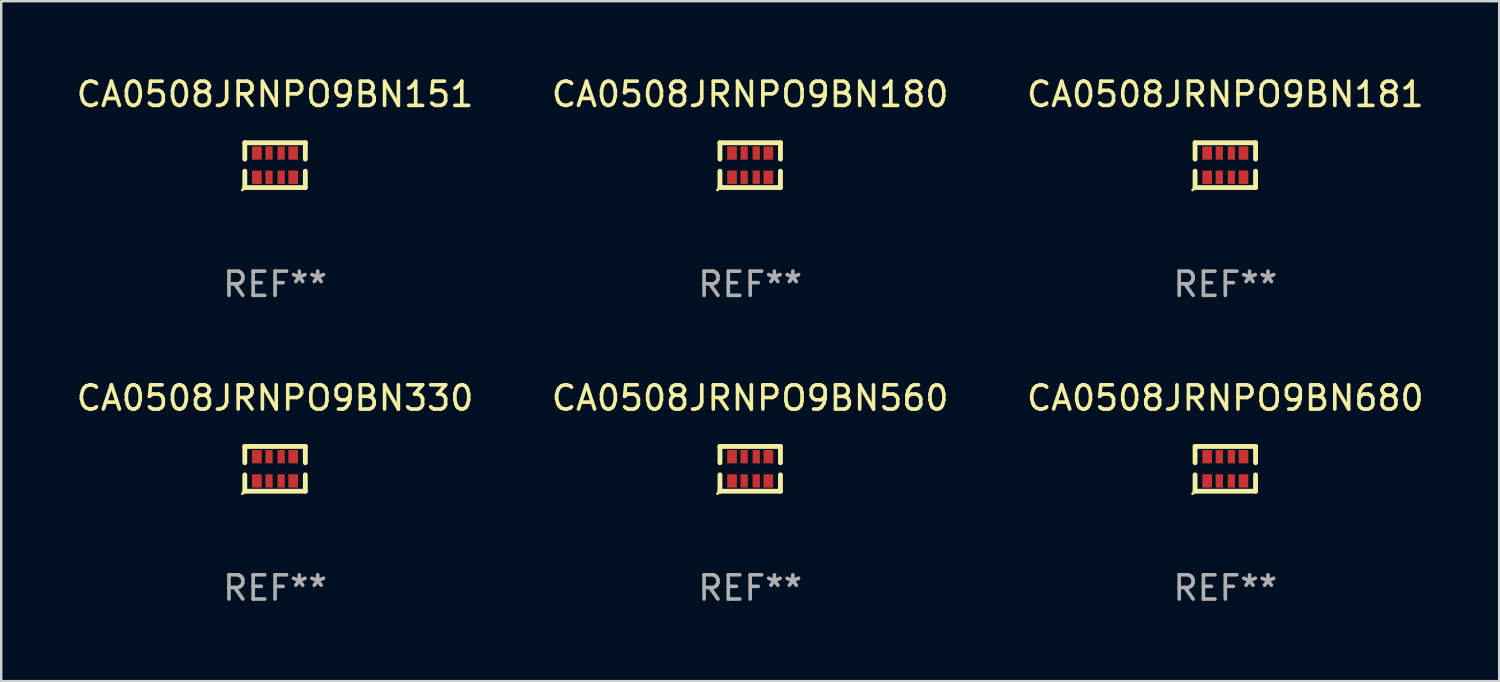
<source format=kicad_pcb>
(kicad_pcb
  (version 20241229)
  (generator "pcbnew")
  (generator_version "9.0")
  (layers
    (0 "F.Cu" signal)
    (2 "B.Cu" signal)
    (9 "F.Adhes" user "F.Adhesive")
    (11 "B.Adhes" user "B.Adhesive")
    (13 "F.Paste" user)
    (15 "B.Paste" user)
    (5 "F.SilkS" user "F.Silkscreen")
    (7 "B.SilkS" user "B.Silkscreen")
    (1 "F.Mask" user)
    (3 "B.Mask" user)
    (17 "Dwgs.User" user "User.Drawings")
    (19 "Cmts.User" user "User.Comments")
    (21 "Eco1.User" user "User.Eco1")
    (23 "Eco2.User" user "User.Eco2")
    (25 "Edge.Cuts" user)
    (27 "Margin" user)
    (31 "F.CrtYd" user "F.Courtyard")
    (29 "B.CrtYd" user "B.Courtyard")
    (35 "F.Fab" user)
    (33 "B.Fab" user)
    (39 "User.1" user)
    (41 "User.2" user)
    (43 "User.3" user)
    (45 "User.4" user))
  (footprint "CA0508JRNPO9BN330"
    (layer "F.Cu")
    (at 8.315 16.32)
    (property "Reference" "CA0508JRNPO9BN330" (at 0 -2.925 0) (layer "F.SilkS") (effects (font (size 1 1) (thickness 0.15))))
    (attr through_hole)
    (fp_line (start -1.25 -0.925) (end -1.25 -0.25) (stroke (width 0.2) (type solid)) (layer "F.SilkS"))
    (fp_line (start -1.25 0.925) (end -1.25 0.25) (stroke (width 0.2) (type solid)) (layer "F.SilkS"))
    (fp_line (start 1.25 -0.925) (end -1.25 -0.925) (stroke (width 0.2) (type solid)) (layer "F.SilkS"))
    (fp_line (start 1.25 -0.25) (end 1.25 -0.925) (stroke (width 0.2) (type solid)) (layer "F.SilkS"))
    (fp_line (start 1.25 0.25) (end 1.25 0.925) (stroke (width 0.2) (type solid)) (layer "F.SilkS"))
    (fp_line (start 1.25 0.925) (end -1.25 0.925) (stroke (width 0.2) (type solid)) (layer "F.SilkS"))
    (fp_circle (center -1.35 1.025) (end -1.32 1.025) (stroke (width 0.06) (type solid)) (fill no) (layer "F.SilkS"))
    (fp_text user "REF**" (at 0 4.925 0) (layer "F.Fab") (effects (font (size 1 1) (thickness 0.15))))
    (pad "1" smd rect (at -0.75 0.5 90) (size 0.55 0.4) (layers "F.Cu" "F.Mask" "F.Paste"))
    (pad "2" smd rect (at -0.25 0.5 90) (size 0.55 0.3) (layers "F.Cu" "F.Mask" "F.Paste"))
    (pad "3" smd rect (at 0.25 0.5 90) (size 0.55 0.3) (layers "F.Cu" "F.Mask" "F.Paste"))
    (pad "4" smd rect (at 0.75 0.5 90) (size 0.55 0.4) (layers "F.Cu" "F.Mask" "F.Paste"))
    (pad "5" smd rect (at 0.75 -0.5 90) (size 0.55 0.4) (layers "F.Cu" "F.Mask" "F.Paste"))
    (pad "6" smd rect (at 0.25 -0.5 90) (size 0.55 0.3) (layers "F.Cu" "F.Mask" "F.Paste"))
    (pad "7" smd rect (at -0.25 -0.5 90) (size 0.55 0.3) (layers "F.Cu" "F.Mask" "F.Paste"))
    (pad "8" smd rect (at -0.75 -0.5 90) (size 0.55 0.4) (layers "F.Cu" "F.Mask" "F.Paste")))
  (footprint "CA0508JRNPO9BN560"
    (layer "F.Cu")
    (at 27.946 16.32)
    (property "Reference" "CA0508JRNPO9BN560" (at 0 -2.925 0) (layer "F.SilkS") (effects (font (size 1 1) (thickness 0.15))))
    (attr through_hole)
    (fp_line (start -1.25 -0.925) (end -1.25 -0.25) (stroke (width 0.2) (type solid)) (layer "F.SilkS"))
    (fp_line (start -1.25 0.925) (end -1.25 0.25) (stroke (width 0.2) (type solid)) (layer "F.SilkS"))
    (fp_line (start 1.25 -0.925) (end -1.25 -0.925) (stroke (width 0.2) (type solid)) (layer "F.SilkS"))
    (fp_line (start 1.25 -0.25) (end 1.25 -0.925) (stroke (width 0.2) (type solid)) (layer "F.SilkS"))
    (fp_line (start 1.25 0.25) (end 1.25 0.925) (stroke (width 0.2) (type solid)) (layer "F.SilkS"))
    (fp_line (start 1.25 0.925) (end -1.25 0.925) (stroke (width 0.2) (type solid)) (layer "F.SilkS"))
    (fp_circle (center -1.35 1.025) (end -1.32 1.025) (stroke (width 0.06) (type solid)) (fill no) (layer "F.SilkS"))
    (fp_text user "REF**" (at 0 4.925 0) (layer "F.Fab") (effects (font (size 1 1) (thickness 0.15))))
    (pad "1" smd rect (at -0.75 0.5 90) (size 0.55 0.4) (layers "F.Cu" "F.Mask" "F.Paste"))
    (pad "2" smd rect (at -0.25 0.5 90) (size 0.55 0.3) (layers "F.Cu" "F.Mask" "F.Paste"))
    (pad "3" smd rect (at 0.25 0.5 90) (size 0.55 0.3) (layers "F.Cu" "F.Mask" "F.Paste"))
    (pad "4" smd rect (at 0.75 0.5 90) (size 0.55 0.4) (layers "F.Cu" "F.Mask" "F.Paste"))
    (pad "5" smd rect (at 0.75 -0.5 90) (size 0.55 0.4) (layers "F.Cu" "F.Mask" "F.Paste"))
    (pad "6" smd rect (at 0.25 -0.5 90) (size 0.55 0.3) (layers "F.Cu" "F.Mask" "F.Paste"))
    (pad "7" smd rect (at -0.25 -0.5 90) (size 0.55 0.3) (layers "F.Cu" "F.Mask" "F.Paste"))
    (pad "8" smd rect (at -0.75 -0.5 90) (size 0.55 0.4) (layers "F.Cu" "F.Mask" "F.Paste")))
  (footprint "CA0508JRNPO9BN680"
    (layer "F.Cu")
    (at 47.577 16.32)
    (property "Reference" "CA0508JRNPO9BN680" (at 0 -2.925 0) (layer "F.SilkS") (effects (font (size 1 1) (thickness 0.15))))
    (attr through_hole)
    (fp_line (start -1.25 -0.925) (end -1.25 -0.25) (stroke (width 0.2) (type solid)) (layer "F.SilkS"))
    (fp_line (start -1.25 0.925) (end -1.25 0.25) (stroke (width 0.2) (type solid)) (layer "F.SilkS"))
    (fp_line (start 1.25 -0.925) (end -1.25 -0.925) (stroke (width 0.2) (type solid)) (layer "F.SilkS"))
    (fp_line (start 1.25 -0.25) (end 1.25 -0.925) (stroke (width 0.2) (type solid)) (layer "F.SilkS"))
    (fp_line (start 1.25 0.25) (end 1.25 0.925) (stroke (width 0.2) (type solid)) (layer "F.SilkS"))
    (fp_line (start 1.25 0.925) (end -1.25 0.925) (stroke (width 0.2) (type solid)) (layer "F.SilkS"))
    (fp_circle (center -1.35 1.025) (end -1.32 1.025) (stroke (width 0.06) (type solid)) (fill no) (layer "F.SilkS"))
    (fp_text user "REF**" (at 0 4.925 0) (layer "F.Fab") (effects (font (size 1 1) (thickness 0.15))))
    (pad "1" smd rect (at -0.75 0.5 90) (size 0.55 0.4) (layers "F.Cu" "F.Mask" "F.Paste"))
    (pad "2" smd rect (at -0.25 0.5 90) (size 0.55 0.3) (layers "F.Cu" "F.Mask" "F.Paste"))
    (pad "3" smd rect (at 0.25 0.5 90) (size 0.55 0.3) (layers "F.Cu" "F.Mask" "F.Paste"))
    (pad "4" smd rect (at 0.75 0.5 90) (size 0.55 0.4) (layers "F.Cu" "F.Mask" "F.Paste"))
    (pad "5" smd rect (at 0.75 -0.5 90) (size 0.55 0.4) (layers "F.Cu" "F.Mask" "F.Paste"))
    (pad "6" smd rect (at 0.25 -0.5 90) (size 0.55 0.3) (layers "F.Cu" "F.Mask" "F.Paste"))
    (pad "7" smd rect (at -0.25 -0.5 90) (size 0.55 0.3) (layers "F.Cu" "F.Mask" "F.Paste"))
    (pad "8" smd rect (at -0.75 -0.5 90) (size 0.55 0.4) (layers "F.Cu" "F.Mask" "F.Paste")))
  (footprint "CA0508JRNPO9BN181"
    (layer "F.Cu")
    (at 47.577 3.773)
    (property "Reference" "CA0508JRNPO9BN181" (at 0 -2.925 0) (layer "F.SilkS") (effects (font (size 1 1) (thickness 0.15))))
    (attr through_hole)
    (fp_line (start -1.25 -0.925) (end -1.25 -0.25) (stroke (width 0.2) (type solid)) (layer "F.SilkS"))
    (fp_line (start -1.25 0.925) (end -1.25 0.25) (stroke (width 0.2) (type solid)) (layer "F.SilkS"))
    (fp_line (start 1.25 -0.925) (end -1.25 -0.925) (stroke (width 0.2) (type solid)) (layer "F.SilkS"))
    (fp_line (start 1.25 -0.25) (end 1.25 -0.925) (stroke (width 0.2) (type solid)) (layer "F.SilkS"))
    (fp_line (start 1.25 0.25) (end 1.25 0.925) (stroke (width 0.2) (type solid)) (layer "F.SilkS"))
    (fp_line (start 1.25 0.925) (end -1.25 0.925) (stroke (width 0.2) (type solid)) (layer "F.SilkS"))
    (fp_circle (center -1.35 1.025) (end -1.32 1.025) (stroke (width 0.06) (type solid)) (fill no) (layer "F.SilkS"))
    (fp_text user "REF**" (at 0 4.925 0) (layer "F.Fab") (effects (font (size 1 1) (thickness 0.15))))
    (pad "1" smd rect (at -0.75 0.5 90) (size 0.55 0.4) (layers "F.Cu" "F.Mask" "F.Paste"))
    (pad "2" smd rect (at -0.25 0.5 90) (size 0.55 0.3) (layers "F.Cu" "F.Mask" "F.Paste"))
    (pad "3" smd rect (at 0.25 0.5 90) (size 0.55 0.3) (layers "F.Cu" "F.Mask" "F.Paste"))
    (pad "4" smd rect (at 0.75 0.5 90) (size 0.55 0.4) (layers "F.Cu" "F.Mask" "F.Paste"))
    (pad "5" smd rect (at 0.75 -0.5 90) (size 0.55 0.4) (layers "F.Cu" "F.Mask" "F.Paste"))
    (pad "6" smd rect (at 0.25 -0.5 90) (size 0.55 0.3) (layers "F.Cu" "F.Mask" "F.Paste"))
    (pad "7" smd rect (at -0.25 -0.5 90) (size 0.55 0.3) (layers "F.Cu" "F.Mask" "F.Paste"))
    (pad "8" smd rect (at -0.75 -0.5 90) (size 0.55 0.4) (layers "F.Cu" "F.Mask" "F.Paste")))
  (footprint "CA0508JRNPO9BN180"
    (layer "F.Cu")
    (at 27.946 3.773)
    (property "Reference" "CA0508JRNPO9BN180" (at 0 -2.925 0) (layer "F.SilkS") (effects (font (size 1 1) (thickness 0.15))))
    (attr through_hole)
    (fp_line (start -1.25 -0.925) (end -1.25 -0.25) (stroke (width 0.2) (type solid)) (layer "F.SilkS"))
    (fp_line (start -1.25 0.925) (end -1.25 0.25) (stroke (width 0.2) (type solid)) (layer "F.SilkS"))
    (fp_line (start 1.25 -0.925) (end -1.25 -0.925) (stroke (width 0.2) (type solid)) (layer "F.SilkS"))
    (fp_line (start 1.25 -0.25) (end 1.25 -0.925) (stroke (width 0.2) (type solid)) (layer "F.SilkS"))
    (fp_line (start 1.25 0.25) (end 1.25 0.925) (stroke (width 0.2) (type solid)) (layer "F.SilkS"))
    (fp_line (start 1.25 0.925) (end -1.25 0.925) (stroke (width 0.2) (type solid)) (layer "F.SilkS"))
    (fp_circle (center -1.35 1.025) (end -1.32 1.025) (stroke (width 0.06) (type solid)) (fill no) (layer "F.SilkS"))
    (fp_text user "REF**" (at 0 4.925 0) (layer "F.Fab") (effects (font (size 1 1) (thickness 0.15))))
    (pad "1" smd rect (at -0.75 0.5 90) (size 0.55 0.4) (layers "F.Cu" "F.Mask" "F.Paste"))
    (pad "2" smd rect (at -0.25 0.5 90) (size 0.55 0.3) (layers "F.Cu" "F.Mask" "F.Paste"))
    (pad "3" smd rect (at 0.25 0.5 90) (size 0.55 0.3) (layers "F.Cu" "F.Mask" "F.Paste"))
    (pad "4" smd rect (at 0.75 0.5 90) (size 0.55 0.4) (layers "F.Cu" "F.Mask" "F.Paste"))
    (pad "5" smd rect (at 0.75 -0.5 90) (size 0.55 0.4) (layers "F.Cu" "F.Mask" "F.Paste"))
    (pad "6" smd rect (at 0.25 -0.5 90) (size 0.55 0.3) (layers "F.Cu" "F.Mask" "F.Paste"))
    (pad "7" smd rect (at -0.25 -0.5 90) (size 0.55 0.3) (layers "F.Cu" "F.Mask" "F.Paste"))
    (pad "8" smd rect (at -0.75 -0.5 90) (size 0.55 0.4) (layers "F.Cu" "F.Mask" "F.Paste")))
  (footprint "CA0508JRNPO9BN151"
    (layer "F.Cu")
    (at 8.315 3.773)
    (property "Reference" "CA0508JRNPO9BN151" (at 0 -2.925 0) (layer "F.SilkS") (effects (font (size 1 1) (thickness 0.15))))
    (attr through_hole)
    (fp_line (start -1.25 -0.925) (end -1.25 -0.25) (stroke (width 0.2) (type solid)) (layer "F.SilkS"))
    (fp_line (start -1.25 0.925) (end -1.25 0.25) (stroke (width 0.2) (type solid)) (layer "F.SilkS"))
    (fp_line (start 1.25 -0.925) (end -1.25 -0.925) (stroke (width 0.2) (type solid)) (layer "F.SilkS"))
    (fp_line (start 1.25 -0.25) (end 1.25 -0.925) (stroke (width 0.2) (type solid)) (layer "F.SilkS"))
    (fp_line (start 1.25 0.25) (end 1.25 0.925) (stroke (width 0.2) (type solid)) (layer "F.SilkS"))
    (fp_line (start 1.25 0.925) (end -1.25 0.925) (stroke (width 0.2) (type solid)) (layer "F.SilkS"))
    (fp_circle (center -1.35 1.025) (end -1.32 1.025) (stroke (width 0.06) (type solid)) (fill no) (layer "F.SilkS"))
    (fp_text user "REF**" (at 0 4.925 0) (layer "F.Fab") (effects (font (size 1 1) (thickness 0.15))))
    (pad "1" smd rect (at -0.75 0.5 90) (size 0.55 0.4) (layers "F.Cu" "F.Mask" "F.Paste"))
    (pad "2" smd rect (at -0.25 0.5 90) (size 0.55 0.3) (layers "F.Cu" "F.Mask" "F.Paste"))
    (pad "3" smd rect (at 0.25 0.5 90) (size 0.55 0.3) (layers "F.Cu" "F.Mask" "F.Paste"))
    (pad "4" smd rect (at 0.75 0.5 90) (size 0.55 0.4) (layers "F.Cu" "F.Mask" "F.Paste"))
    (pad "5" smd rect (at 0.75 -0.5 90) (size 0.55 0.4) (layers "F.Cu" "F.Mask" "F.Paste"))
    (pad "6" smd rect (at 0.25 -0.5 90) (size 0.55 0.3) (layers "F.Cu" "F.Mask" "F.Paste"))
    (pad "7" smd rect (at -0.25 -0.5 90) (size 0.55 0.3) (layers "F.Cu" "F.Mask" "F.Paste"))
    (pad "8" smd rect (at -0.75 -0.5 90) (size 0.55 0.4) (layers "F.Cu" "F.Mask" "F.Paste")))
  (gr_rect
    (start -3 -3)
    (end 58.893 25.093)
    (stroke (width 0.1) (type default))
    (fill no)
    (layer "Edge.Cuts")))
</source>
